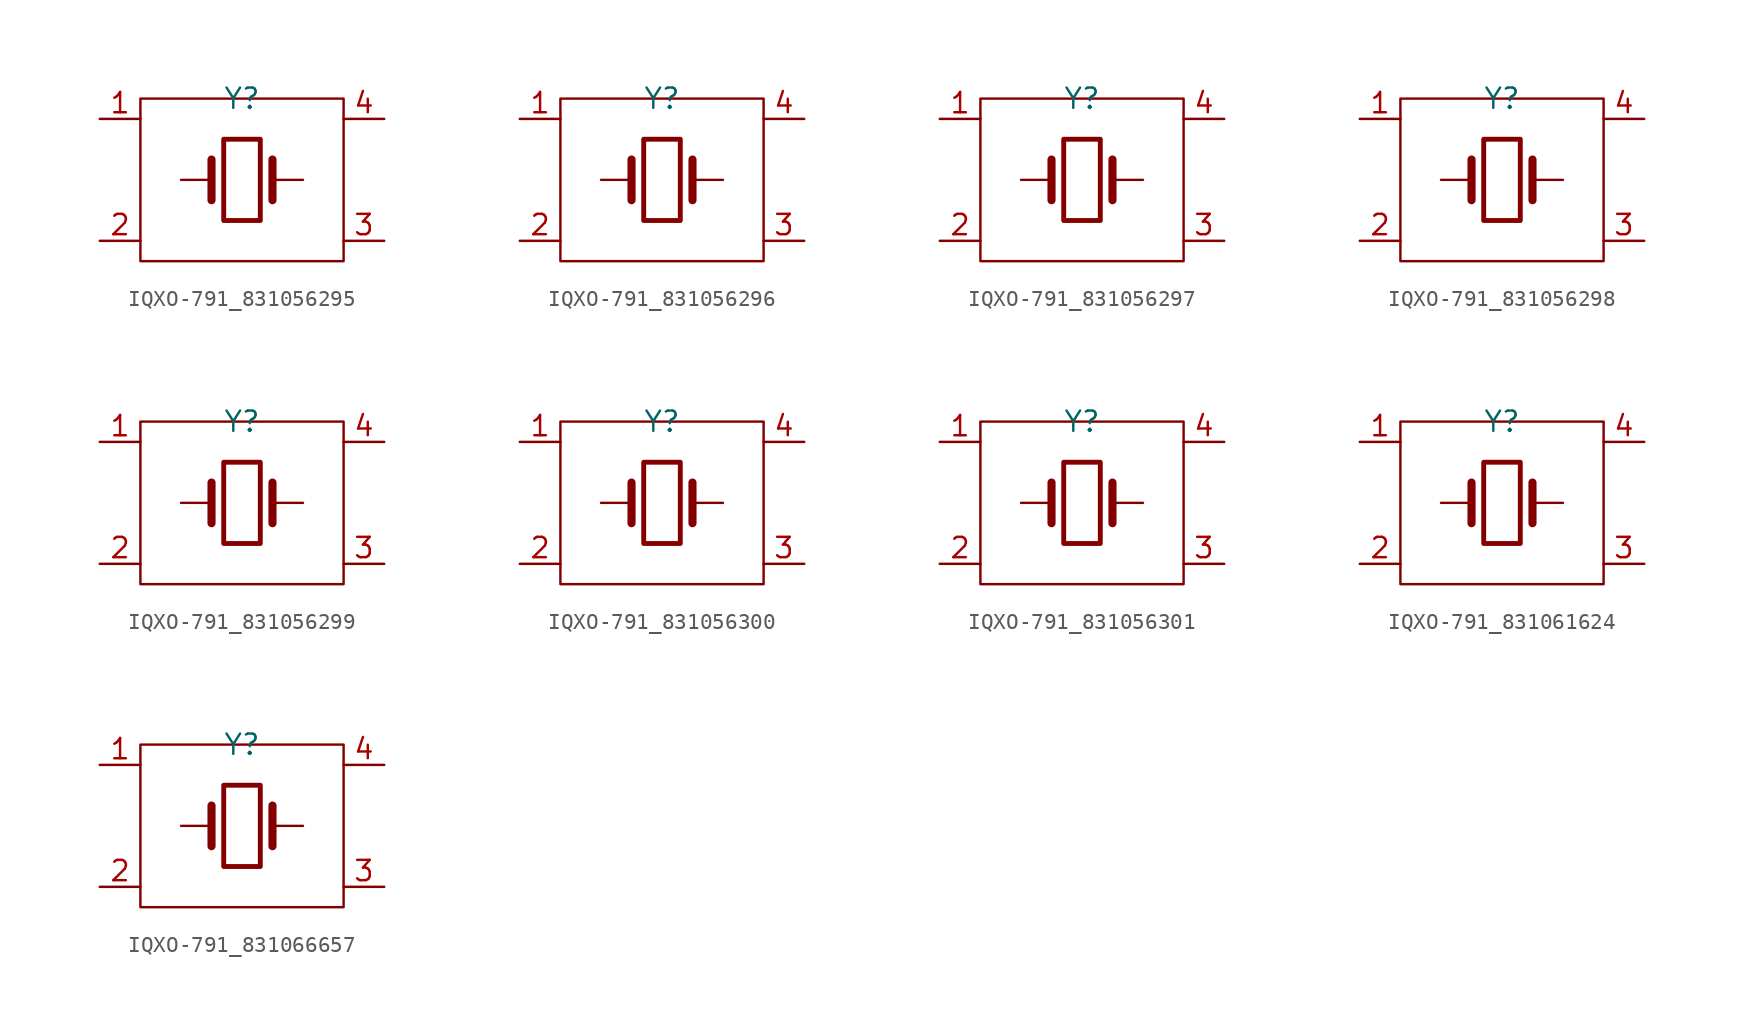
<source format=kicad_sym>
(kicad_symbol_lib
  (version 20220914)
  (generator kicad_symbol_editor)
  (symbol "IQXO-791_831056295"
    (pin_names hide)
    (property "Reference" "Y"
      (at 0 5.08 0)
      (effects (font (size 1.27 1.27))))
    (property "Critical Parameter" ""
      (at 0 -5.08 0)
      (effects (font (size 1.27 1.27)) (justify left)))
    (symbol "IQXO-791_831056295_0_1"
      (rectangle (start -6.35 5.08) (end 6.35 -5.08) (stroke (width 0) (type default)) (fill (type none)))
      (rectangle (start -1.143 2.54) (end 1.143 -2.54) (stroke (width 0.305) (type default)) (fill (type none)))
      (polyline (pts (xy -3.81 0) (xy -1.905 0)) (stroke (width 0) (type default)) (fill (type none)))
      (polyline (pts (xy -1.905 -1.27) (xy -1.905 1.27)) (stroke (width 0.508) (type default)) (fill (type none)))
      (polyline (pts (xy 1.905 -1.27) (xy 1.905 1.27)) (stroke (width 0.508) (type default)) (fill (type none)))
      (polyline (pts (xy 3.81 0) (xy 1.905 0)) (stroke (width 0) (type default)) (fill (type none))))
    (symbol "IQXO-791_831056295_1_1"
      (pin passive line (at -8.89 3.81 0) (length 2.54) (name "E/D" (effects (font (size 1.27 1.27)))) (number "1" (effects (font (size 1.27 1.27)))))
      (pin passive line (at -8.89 -3.81 0) (length 2.54) (name "GND" (effects (font (size 1.27 1.27)))) (number "2" (effects (font (size 1.27 1.27)))))
      (pin passive line (at 8.89 -3.81 180) (length 2.54) (name "OUT" (effects (font (size 1.27 1.27)))) (number "3" (effects (font (size 1.27 1.27)))))
      (pin passive line (at 8.89 3.81 180) (length 2.54) (name "+VS" (effects (font (size 1.27 1.27)))) (number "4" (effects (font (size 1.27 1.27)))))))
  (symbol "IQXO-791_831056296"
    (pin_names hide)
    (property "Reference" "Y"
      (at 0 5.08 0)
      (effects (font (size 1.27 1.27))))
    (property "Critical Parameter" ""
      (at 0 -5.08 0)
      (effects (font (size 1.27 1.27)) (justify left)))
    (symbol "IQXO-791_831056296_0_1"
      (rectangle (start -6.35 5.08) (end 6.35 -5.08) (stroke (width 0) (type default)) (fill (type none)))
      (rectangle (start -1.143 2.54) (end 1.143 -2.54) (stroke (width 0.305) (type default)) (fill (type none)))
      (polyline (pts (xy -3.81 0) (xy -1.905 0)) (stroke (width 0) (type default)) (fill (type none)))
      (polyline (pts (xy -1.905 -1.27) (xy -1.905 1.27)) (stroke (width 0.508) (type default)) (fill (type none)))
      (polyline (pts (xy 1.905 -1.27) (xy 1.905 1.27)) (stroke (width 0.508) (type default)) (fill (type none)))
      (polyline (pts (xy 3.81 0) (xy 1.905 0)) (stroke (width 0) (type default)) (fill (type none))))
    (symbol "IQXO-791_831056296_1_1"
      (pin passive line (at -8.89 3.81 0) (length 2.54) (name "E/D" (effects (font (size 1.27 1.27)))) (number "1" (effects (font (size 1.27 1.27)))))
      (pin passive line (at -8.89 -3.81 0) (length 2.54) (name "GND" (effects (font (size 1.27 1.27)))) (number "2" (effects (font (size 1.27 1.27)))))
      (pin passive line (at 8.89 -3.81 180) (length 2.54) (name "OUT" (effects (font (size 1.27 1.27)))) (number "3" (effects (font (size 1.27 1.27)))))
      (pin passive line (at 8.89 3.81 180) (length 2.54) (name "+VS" (effects (font (size 1.27 1.27)))) (number "4" (effects (font (size 1.27 1.27)))))))
  (symbol "IQXO-791_831056297"
    (pin_names hide)
    (property "Reference" "Y"
      (at 0 5.08 0)
      (effects (font (size 1.27 1.27))))
    (property "Critical Parameter" ""
      (at 0 -5.08 0)
      (effects (font (size 1.27 1.27)) (justify left)))
    (symbol "IQXO-791_831056297_0_1"
      (rectangle (start -6.35 5.08) (end 6.35 -5.08) (stroke (width 0) (type default)) (fill (type none)))
      (rectangle (start -1.143 2.54) (end 1.143 -2.54) (stroke (width 0.305) (type default)) (fill (type none)))
      (polyline (pts (xy -3.81 0) (xy -1.905 0)) (stroke (width 0) (type default)) (fill (type none)))
      (polyline (pts (xy -1.905 -1.27) (xy -1.905 1.27)) (stroke (width 0.508) (type default)) (fill (type none)))
      (polyline (pts (xy 1.905 -1.27) (xy 1.905 1.27)) (stroke (width 0.508) (type default)) (fill (type none)))
      (polyline (pts (xy 3.81 0) (xy 1.905 0)) (stroke (width 0) (type default)) (fill (type none))))
    (symbol "IQXO-791_831056297_1_1"
      (pin passive line (at -8.89 3.81 0) (length 2.54) (name "E/D" (effects (font (size 1.27 1.27)))) (number "1" (effects (font (size 1.27 1.27)))))
      (pin passive line (at -8.89 -3.81 0) (length 2.54) (name "GND" (effects (font (size 1.27 1.27)))) (number "2" (effects (font (size 1.27 1.27)))))
      (pin passive line (at 8.89 -3.81 180) (length 2.54) (name "OUT" (effects (font (size 1.27 1.27)))) (number "3" (effects (font (size 1.27 1.27)))))
      (pin passive line (at 8.89 3.81 180) (length 2.54) (name "+VS" (effects (font (size 1.27 1.27)))) (number "4" (effects (font (size 1.27 1.27)))))))
  (symbol "IQXO-791_831056298"
    (pin_names hide)
    (property "Reference" "Y"
      (at 0 5.08 0)
      (effects (font (size 1.27 1.27))))
    (property "Critical Parameter" ""
      (at 0 -5.08 0)
      (effects (font (size 1.27 1.27)) (justify left)))
    (symbol "IQXO-791_831056298_0_1"
      (rectangle (start -6.35 5.08) (end 6.35 -5.08) (stroke (width 0) (type default)) (fill (type none)))
      (rectangle (start -1.143 2.54) (end 1.143 -2.54) (stroke (width 0.305) (type default)) (fill (type none)))
      (polyline (pts (xy -3.81 0) (xy -1.905 0)) (stroke (width 0) (type default)) (fill (type none)))
      (polyline (pts (xy -1.905 -1.27) (xy -1.905 1.27)) (stroke (width 0.508) (type default)) (fill (type none)))
      (polyline (pts (xy 1.905 -1.27) (xy 1.905 1.27)) (stroke (width 0.508) (type default)) (fill (type none)))
      (polyline (pts (xy 3.81 0) (xy 1.905 0)) (stroke (width 0) (type default)) (fill (type none))))
    (symbol "IQXO-791_831056298_1_1"
      (pin passive line (at -8.89 3.81 0) (length 2.54) (name "E/D" (effects (font (size 1.27 1.27)))) (number "1" (effects (font (size 1.27 1.27)))))
      (pin passive line (at -8.89 -3.81 0) (length 2.54) (name "GND" (effects (font (size 1.27 1.27)))) (number "2" (effects (font (size 1.27 1.27)))))
      (pin passive line (at 8.89 -3.81 180) (length 2.54) (name "OUT" (effects (font (size 1.27 1.27)))) (number "3" (effects (font (size 1.27 1.27)))))
      (pin passive line (at 8.89 3.81 180) (length 2.54) (name "+VS" (effects (font (size 1.27 1.27)))) (number "4" (effects (font (size 1.27 1.27)))))))
  (symbol "IQXO-791_831056299"
    (pin_names hide)
    (property "Reference" "Y"
      (at 0 5.08 0)
      (effects (font (size 1.27 1.27))))
    (property "Critical Parameter" ""
      (at 0 -5.08 0)
      (effects (font (size 1.27 1.27)) (justify left)))
    (symbol "IQXO-791_831056299_0_1"
      (rectangle (start -6.35 5.08) (end 6.35 -5.08) (stroke (width 0) (type default)) (fill (type none)))
      (rectangle (start -1.143 2.54) (end 1.143 -2.54) (stroke (width 0.305) (type default)) (fill (type none)))
      (polyline (pts (xy -3.81 0) (xy -1.905 0)) (stroke (width 0) (type default)) (fill (type none)))
      (polyline (pts (xy -1.905 -1.27) (xy -1.905 1.27)) (stroke (width 0.508) (type default)) (fill (type none)))
      (polyline (pts (xy 1.905 -1.27) (xy 1.905 1.27)) (stroke (width 0.508) (type default)) (fill (type none)))
      (polyline (pts (xy 3.81 0) (xy 1.905 0)) (stroke (width 0) (type default)) (fill (type none))))
    (symbol "IQXO-791_831056299_1_1"
      (pin passive line (at -8.89 3.81 0) (length 2.54) (name "E/D" (effects (font (size 1.27 1.27)))) (number "1" (effects (font (size 1.27 1.27)))))
      (pin passive line (at -8.89 -3.81 0) (length 2.54) (name "GND" (effects (font (size 1.27 1.27)))) (number "2" (effects (font (size 1.27 1.27)))))
      (pin passive line (at 8.89 -3.81 180) (length 2.54) (name "OUT" (effects (font (size 1.27 1.27)))) (number "3" (effects (font (size 1.27 1.27)))))
      (pin passive line (at 8.89 3.81 180) (length 2.54) (name "+VS" (effects (font (size 1.27 1.27)))) (number "4" (effects (font (size 1.27 1.27)))))))
  (symbol "IQXO-791_831056300"
    (pin_names hide)
    (property "Reference" "Y"
      (at 0 5.08 0)
      (effects (font (size 1.27 1.27))))
    (property "Critical Parameter" ""
      (at 0 -5.08 0)
      (effects (font (size 1.27 1.27)) (justify left)))
    (symbol "IQXO-791_831056300_0_1"
      (rectangle (start -6.35 5.08) (end 6.35 -5.08) (stroke (width 0) (type default)) (fill (type none)))
      (rectangle (start -1.143 2.54) (end 1.143 -2.54) (stroke (width 0.305) (type default)) (fill (type none)))
      (polyline (pts (xy -3.81 0) (xy -1.905 0)) (stroke (width 0) (type default)) (fill (type none)))
      (polyline (pts (xy -1.905 -1.27) (xy -1.905 1.27)) (stroke (width 0.508) (type default)) (fill (type none)))
      (polyline (pts (xy 1.905 -1.27) (xy 1.905 1.27)) (stroke (width 0.508) (type default)) (fill (type none)))
      (polyline (pts (xy 3.81 0) (xy 1.905 0)) (stroke (width 0) (type default)) (fill (type none))))
    (symbol "IQXO-791_831056300_1_1"
      (pin passive line (at -8.89 3.81 0) (length 2.54) (name "E/D" (effects (font (size 1.27 1.27)))) (number "1" (effects (font (size 1.27 1.27)))))
      (pin passive line (at -8.89 -3.81 0) (length 2.54) (name "GND" (effects (font (size 1.27 1.27)))) (number "2" (effects (font (size 1.27 1.27)))))
      (pin passive line (at 8.89 -3.81 180) (length 2.54) (name "OUT" (effects (font (size 1.27 1.27)))) (number "3" (effects (font (size 1.27 1.27)))))
      (pin passive line (at 8.89 3.81 180) (length 2.54) (name "+VS" (effects (font (size 1.27 1.27)))) (number "4" (effects (font (size 1.27 1.27)))))))
  (symbol "IQXO-791_831056301"
    (pin_names hide)
    (property "Reference" "Y"
      (at 0 5.08 0)
      (effects (font (size 1.27 1.27))))
    (property "Critical Parameter" ""
      (at 0 -5.08 0)
      (effects (font (size 1.27 1.27)) (justify left)))
    (symbol "IQXO-791_831056301_0_1"
      (rectangle (start -6.35 5.08) (end 6.35 -5.08) (stroke (width 0) (type default)) (fill (type none)))
      (rectangle (start -1.143 2.54) (end 1.143 -2.54) (stroke (width 0.305) (type default)) (fill (type none)))
      (polyline (pts (xy -3.81 0) (xy -1.905 0)) (stroke (width 0) (type default)) (fill (type none)))
      (polyline (pts (xy -1.905 -1.27) (xy -1.905 1.27)) (stroke (width 0.508) (type default)) (fill (type none)))
      (polyline (pts (xy 1.905 -1.27) (xy 1.905 1.27)) (stroke (width 0.508) (type default)) (fill (type none)))
      (polyline (pts (xy 3.81 0) (xy 1.905 0)) (stroke (width 0) (type default)) (fill (type none))))
    (symbol "IQXO-791_831056301_1_1"
      (pin passive line (at -8.89 3.81 0) (length 2.54) (name "E/D" (effects (font (size 1.27 1.27)))) (number "1" (effects (font (size 1.27 1.27)))))
      (pin passive line (at -8.89 -3.81 0) (length 2.54) (name "GND" (effects (font (size 1.27 1.27)))) (number "2" (effects (font (size 1.27 1.27)))))
      (pin passive line (at 8.89 -3.81 180) (length 2.54) (name "OUT" (effects (font (size 1.27 1.27)))) (number "3" (effects (font (size 1.27 1.27)))))
      (pin passive line (at 8.89 3.81 180) (length 2.54) (name "+VS" (effects (font (size 1.27 1.27)))) (number "4" (effects (font (size 1.27 1.27)))))))
  (symbol "IQXO-791_831061624"
    (pin_names hide)
    (property "Reference" "Y"
      (at 0 5.08 0)
      (effects (font (size 1.27 1.27))))
    (property "Critical Parameter" ""
      (at 0 -5.08 0)
      (effects (font (size 1.27 1.27)) (justify left)))
    (symbol "IQXO-791_831061624_0_1"
      (rectangle (start -6.35 5.08) (end 6.35 -5.08) (stroke (width 0) (type default)) (fill (type none)))
      (rectangle (start -1.143 2.54) (end 1.143 -2.54) (stroke (width 0.305) (type default)) (fill (type none)))
      (polyline (pts (xy -3.81 0) (xy -1.905 0)) (stroke (width 0) (type default)) (fill (type none)))
      (polyline (pts (xy -1.905 -1.27) (xy -1.905 1.27)) (stroke (width 0.508) (type default)) (fill (type none)))
      (polyline (pts (xy 1.905 -1.27) (xy 1.905 1.27)) (stroke (width 0.508) (type default)) (fill (type none)))
      (polyline (pts (xy 3.81 0) (xy 1.905 0)) (stroke (width 0) (type default)) (fill (type none))))
    (symbol "IQXO-791_831061624_1_1"
      (pin passive line (at -8.89 3.81 0) (length 2.54) (name "E/D" (effects (font (size 1.27 1.27)))) (number "1" (effects (font (size 1.27 1.27)))))
      (pin passive line (at -8.89 -3.81 0) (length 2.54) (name "GND" (effects (font (size 1.27 1.27)))) (number "2" (effects (font (size 1.27 1.27)))))
      (pin passive line (at 8.89 -3.81 180) (length 2.54) (name "OUT" (effects (font (size 1.27 1.27)))) (number "3" (effects (font (size 1.27 1.27)))))
      (pin passive line (at 8.89 3.81 180) (length 2.54) (name "+VS" (effects (font (size 1.27 1.27)))) (number "4" (effects (font (size 1.27 1.27)))))))
  (symbol "IQXO-791_831066657"
    (pin_names hide)
    (property "Reference" "Y"
      (at 0 5.08 0)
      (effects (font (size 1.27 1.27))))
    (property "Critical Parameter" ""
      (at 0 -5.08 0)
      (effects (font (size 1.27 1.27)) (justify left)))
    (symbol "IQXO-791_831066657_0_1"
      (rectangle (start -6.35 5.08) (end 6.35 -5.08) (stroke (width 0) (type default)) (fill (type none)))
      (rectangle (start -1.143 2.54) (end 1.143 -2.54) (stroke (width 0.305) (type default)) (fill (type none)))
      (polyline (pts (xy -3.81 0) (xy -1.905 0)) (stroke (width 0) (type default)) (fill (type none)))
      (polyline (pts (xy -1.905 -1.27) (xy -1.905 1.27)) (stroke (width 0.508) (type default)) (fill (type none)))
      (polyline (pts (xy 1.905 -1.27) (xy 1.905 1.27)) (stroke (width 0.508) (type default)) (fill (type none)))
      (polyline (pts (xy 3.81 0) (xy 1.905 0)) (stroke (width 0) (type default)) (fill (type none))))
    (symbol "IQXO-791_831066657_1_1"
      (pin passive line (at -8.89 3.81 0) (length 2.54) (name "E/D" (effects (font (size 1.27 1.27)))) (number "1" (effects (font (size 1.27 1.27)))))
      (pin passive line (at -8.89 -3.81 0) (length 2.54) (name "GND" (effects (font (size 1.27 1.27)))) (number "2" (effects (font (size 1.27 1.27)))))
      (pin passive line (at 8.89 -3.81 180) (length 2.54) (name "OUT" (effects (font (size 1.27 1.27)))) (number "3" (effects (font (size 1.27 1.27)))))
      (pin passive line (at 8.89 3.81 180) (length 2.54) (name "+VS" (effects (font (size 1.27 1.27)))) (number "4" (effects (font (size 1.27 1.27))))))))
</source>
